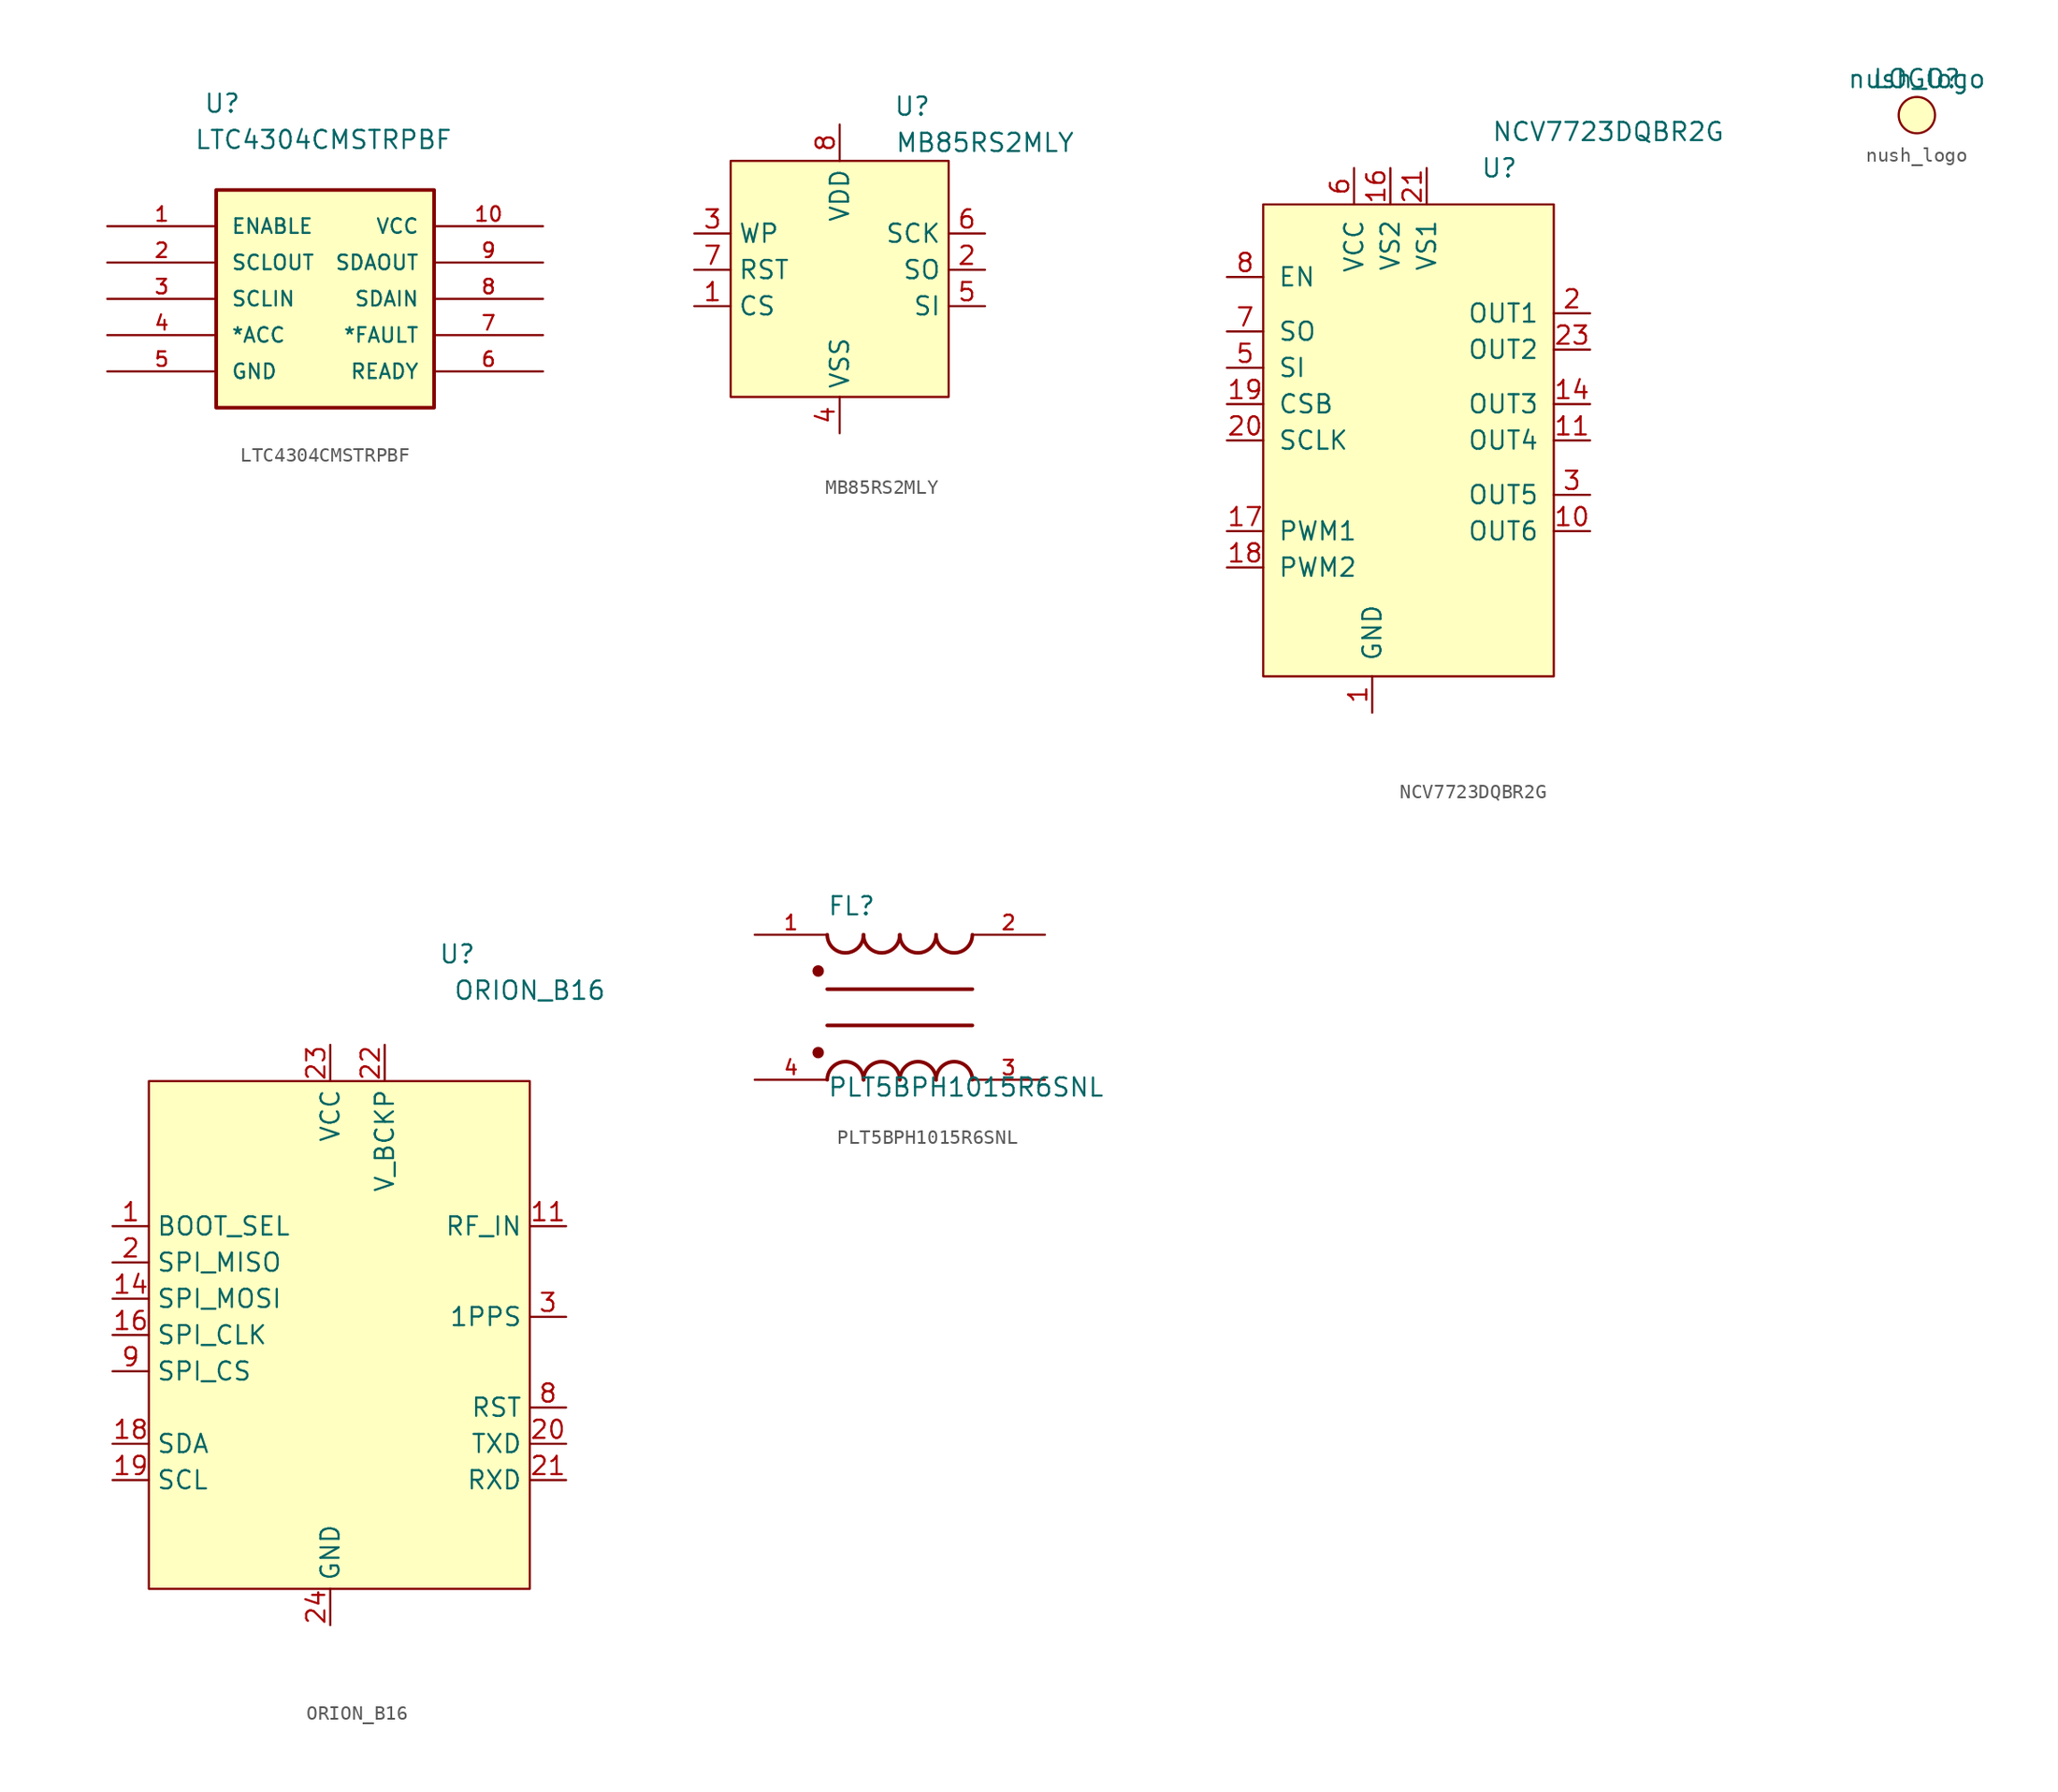
<source format=kicad_sym>
(kicad_symbol_lib
  (version 20211014)
  (generator kicad_symbol_editor)
  (symbol "LTC4304CMSTRPBF"
    (pin_names
      (offset 1.016))
    (property "Reference" "U"
      (at 30.861 9.119 0)
      (effects (font (size 1.27 1.27)) (justify left bottom)))
    (property "Value" "LTC4304CMSTRPBF"
      (at 30.201 6.579 0)
      (effects (font (size 1.27 1.27)) (justify left bottom)))
    (symbol "LTC4304CMSTRPBF_0_0"
      (pin passive line (at 24.13 1.27 0) (length 7.62) (name "ENABLE" (effects (font (size 1.016 1.016)))) (number "1" (effects (font (size 1.016 1.016)))))
      (pin power_in line (at 54.61 1.27 180) (length 7.62) (name "VCC" (effects (font (size 1.016 1.016)))) (number "10" (effects (font (size 1.016 1.016)))))
      (pin output line (at 24.13 -1.27 0) (length 7.62) (name "SCLOUT" (effects (font (size 1.016 1.016)))) (number "2" (effects (font (size 1.016 1.016)))))
      (pin input line (at 24.13 -3.81 0) (length 7.62) (name "SCLIN" (effects (font (size 1.016 1.016)))) (number "3" (effects (font (size 1.016 1.016)))))
      (pin passive line (at 24.13 -6.35 0) (length 7.62) (name "*ACC" (effects (font (size 1.016 1.016)))) (number "4" (effects (font (size 1.016 1.016)))))
      (pin power_in line (at 24.13 -8.89 0) (length 7.62) (name "GND" (effects (font (size 1.016 1.016)))) (number "5" (effects (font (size 1.016 1.016)))))
      (pin passive line (at 54.61 -8.89 180) (length 7.62) (name "READY" (effects (font (size 1.016 1.016)))) (number "6" (effects (font (size 1.016 1.016)))))
      (pin passive line (at 54.61 -6.35 180) (length 7.62) (name "*FAULT" (effects (font (size 1.016 1.016)))) (number "7" (effects (font (size 1.016 1.016)))))
      (pin input line (at 54.61 -3.81 180) (length 7.62) (name "SDAIN" (effects (font (size 1.016 1.016)))) (number "8" (effects (font (size 1.016 1.016)))))
      (pin output line (at 54.61 -1.27 180) (length 7.62) (name "SDAOUT" (effects (font (size 1.016 1.016)))) (number "9" (effects (font (size 1.016 1.016))))))
    (symbol "LTC4304CMSTRPBF_1_1"
      (rectangle (start 31.75 3.81) (end 46.99 -11.43) (stroke (width 0.254) (type default) (color 0 0 0 0)) (fill (type background)))))
  (symbol "MB85RS2MLY"
    (property "Reference" "U"
      (at 5.08 12.7 0)
      (effects (font (size 1.27 1.27))))
    (property "Value" "MB85RS2MLY"
      (at 10.16 10.16 0)
      (effects (font (size 1.27 1.27))))
    (symbol "MB85RS2MLY_0_0"
      (pin input line (at -10.16 -1.27 0) (length 2.54) (name "CS" (effects (font (size 1.27 1.27)))) (number "1" (effects (font (size 1.27 1.27)))))
      (pin output line (at 10.16 1.27 180) (length 2.54) (name "SO" (effects (font (size 1.27 1.27)))) (number "2" (effects (font (size 1.27 1.27)))))
      (pin input line (at -10.16 3.81 0) (length 2.54) (name "WP" (effects (font (size 1.27 1.27)))) (number "3" (effects (font (size 1.27 1.27)))))
      (pin power_in line (at 0 -10.16 90) (length 2.54) (name "VSS" (effects (font (size 1.27 1.27)))) (number "4" (effects (font (size 1.27 1.27)))))
      (pin input line (at 10.16 -1.27 180) (length 2.54) (name "SI" (effects (font (size 1.27 1.27)))) (number "5" (effects (font (size 1.27 1.27)))))
      (pin input line (at 10.16 3.81 180) (length 2.54) (name "SCK" (effects (font (size 1.27 1.27)))) (number "6" (effects (font (size 1.27 1.27)))))
      (pin input line (at -10.16 1.27 0) (length 2.54) (name "RST" (effects (font (size 1.27 1.27)))) (number "7" (effects (font (size 1.27 1.27)))))
      (pin power_in line (at 0 11.43 270) (length 2.54) (name "VDD" (effects (font (size 1.27 1.27)))) (number "8" (effects (font (size 1.27 1.27))))))
    (symbol "MB85RS2MLY_0_1"
      (rectangle (start -7.62 8.89) (end 7.62 -7.62) (stroke (width 0.152) (type default) (color 0 0 0 0)) (fill (type background)))))
  (symbol "NCV7723DQBR2G"
    (pin_names
      (offset 1.016))
    (property "Reference" "U"
      (at 6.35 11.43 0)
      (effects (font (size 1.27 1.27))))
    (property "Value" "NCV7723DQBR2G"
      (at 13.97 13.97 0)
      (effects (font (size 1.27 1.27))))
    (symbol "NCV7723DQBR2G_0_0"
      (pin power_in line (at -2.54 -26.67 90) (length 2.54) (name "GND" (effects (font (size 1.27 1.27)))) (number "1" (effects (font (size 1.27 1.27)))))
      (pin output line (at 12.7 -13.97 180) (length 2.54) (name "OUT6" (effects (font (size 1.27 1.27)))) (number "10" (effects (font (size 1.27 1.27)))))
      (pin output line (at 12.7 -7.62 180) (length 2.54) (name "OUT4" (effects (font (size 1.27 1.27)))) (number "11" (effects (font (size 1.27 1.27)))))
      (pin power_in line (at -2.54 -26.67 90) (length 2.54) hide (name "GND" (effects (font (size 1.27 1.27)))) (number "12" (effects (font (size 1.27 1.27)))))
      (pin power_in line (at -2.54 -26.67 90) (length 2.54) hide (name "GND" (effects (font (size 1.27 1.27)))) (number "13" (effects (font (size 1.27 1.27)))))
      (pin output line (at 12.7 -5.08 180) (length 2.54) (name "OUT3" (effects (font (size 1.27 1.27)))) (number "14" (effects (font (size 1.27 1.27)))))
      (pin no_connect line (at -12.7 -19.05 0) (length 2.54) hide (name "NC" (effects (font (size 1.27 1.27)))) (number "15" (effects (font (size 1.27 1.27)))))
      (pin power_in line (at -1.27 11.43 270) (length 2.54) (name "VS2" (effects (font (size 1.27 1.27)))) (number "16" (effects (font (size 1.27 1.27)))))
      (pin input line (at -12.7 -13.97 0) (length 2.54) (name "PWM1" (effects (font (size 1.27 1.27)))) (number "17" (effects (font (size 1.27 1.27)))))
      (pin input line (at -12.7 -16.51 0) (length 2.54) (name "PWM2" (effects (font (size 1.27 1.27)))) (number "18" (effects (font (size 1.27 1.27)))))
      (pin input line (at -12.7 -5.08 0) (length 2.54) (name "CSB" (effects (font (size 1.27 1.27)))) (number "19" (effects (font (size 1.27 1.27)))))
      (pin output line (at 12.7 1.27 180) (length 2.54) (name "OUT1" (effects (font (size 1.27 1.27)))) (number "2" (effects (font (size 1.27 1.27)))))
      (pin input line (at -12.7 -7.62 0) (length 2.54) (name "SCLK" (effects (font (size 1.27 1.27)))) (number "20" (effects (font (size 1.27 1.27)))))
      (pin power_in line (at 1.27 11.43 270) (length 2.54) (name "VS1" (effects (font (size 1.27 1.27)))) (number "21" (effects (font (size 1.27 1.27)))))
      (pin no_connect line (at -12.7 -20.32 0) (length 2.54) hide (name "NC" (effects (font (size 1.27 1.27)))) (number "22" (effects (font (size 1.27 1.27)))))
      (pin output line (at 12.7 -1.27 180) (length 2.54) (name "OUT2" (effects (font (size 1.27 1.27)))) (number "23" (effects (font (size 1.27 1.27)))))
      (pin power_in line (at -2.54 -26.67 90) (length 2.54) hide (name "GND" (effects (font (size 1.27 1.27)))) (number "24" (effects (font (size 1.27 1.27)))))
      (pin output line (at 12.7 -11.43 180) (length 2.54) (name "OUT5" (effects (font (size 1.27 1.27)))) (number "3" (effects (font (size 1.27 1.27)))))
      (pin no_connect line (at -12.7 -21.59 0) (length 2.54) hide (name "NC" (effects (font (size 1.27 1.27)))) (number "4" (effects (font (size 1.27 1.27)))))
      (pin input line (at -12.7 -2.54 0) (length 2.54) (name "SI" (effects (font (size 1.27 1.27)))) (number "5" (effects (font (size 1.27 1.27)))))
      (pin power_in line (at -3.81 11.43 270) (length 2.54) (name "VCC" (effects (font (size 1.27 1.27)))) (number "6" (effects (font (size 1.27 1.27)))))
      (pin output line (at -12.7 0 0) (length 2.54) (name "SO" (effects (font (size 1.27 1.27)))) (number "7" (effects (font (size 1.27 1.27)))))
      (pin input line (at -12.7 3.81 0) (length 2.54) (name "EN" (effects (font (size 1.27 1.27)))) (number "8" (effects (font (size 1.27 1.27)))))
      (pin no_connect line (at -12.7 -22.86 0) (length 2.54) hide (name "NC" (effects (font (size 1.27 1.27)))) (number "9" (effects (font (size 1.27 1.27)))))
      (pin power_in line (at -2.54 -26.67 90) (length 2.54) hide (name "GND" (effects (font (size 1.27 1.27)))) (number "EPAD" (effects (font (size 1.27 1.27))))))
    (symbol "NCV7723DQBR2G_0_1"
      (rectangle (start -10.16 8.89) (end 10.16 -24.13) (stroke (width 0) (type default) (color 0 0 0 0)) (fill (type background)))))
  (symbol "nush_logo"
    (property "Reference" "LOGO"
      (at 0 0 0)
      (effects (font (size 1.27 1.27))))
    (property "Value" "nush_logo"
      (at 0 0 0)
      (effects (font (size 1.27 1.27))))
    (symbol "nush_logo_0_1"
      (circle (center 0 -2.54) (radius 1.27) (stroke (width 0.152) (type default) (color 0 0 0 0)) (fill (type background)))))
  (symbol "ORION_B16"
    (property "Reference" "U"
      (at 8.89 20.32 0)
      (effects (font (size 1.27 1.27))))
    (property "Value" "ORION_B16"
      (at 13.97 17.78 0)
      (effects (font (size 1.27 1.27))))
    (symbol "ORION_B16_0_0"
      (pin input line (at -15.24 1.27 0) (length 2.54) (name "BOOT_SEL" (effects (font (size 1.27 1.27)))) (number "1" (effects (font (size 1.27 1.27)))))
      (pin output line (at 0 -26.67 90) (length 2.54) hide (name "GND" (effects (font (size 1.27 1.27)))) (number "10" (effects (font (size 1.27 1.27)))))
      (pin output line (at 16.51 1.27 180) (length 2.54) (name "RF_IN" (effects (font (size 1.27 1.27)))) (number "11" (effects (font (size 1.27 1.27)))))
      (pin output line (at 0 -26.67 90) (length 2.54) hide (name "GND" (effects (font (size 1.27 1.27)))) (number "12" (effects (font (size 1.27 1.27)))))
      (pin output line (at 0 -26.67 90) (length 2.54) hide (name "GND" (effects (font (size 1.27 1.27)))) (number "13" (effects (font (size 1.27 1.27)))))
      (pin output line (at -15.24 -3.81 0) (length 2.54) (name "SPI_MOSI" (effects (font (size 1.27 1.27)))) (number "14" (effects (font (size 1.27 1.27)))))
      (pin output line (at -15.24 -20.32 0) (length 2.54) hide (name "NC" (effects (font (size 1.27 1.27)))) (number "15" (effects (font (size 1.27 1.27)))))
      (pin output line (at -15.24 -6.35 0) (length 2.54) (name "SPI_CLK" (effects (font (size 1.27 1.27)))) (number "16" (effects (font (size 1.27 1.27)))))
      (pin output line (at -15.24 -21.59 0) (length 2.54) hide (name "NC" (effects (font (size 1.27 1.27)))) (number "17" (effects (font (size 1.27 1.27)))))
      (pin output line (at -15.24 -13.97 0) (length 2.54) (name "SDA" (effects (font (size 1.27 1.27)))) (number "18" (effects (font (size 1.27 1.27)))))
      (pin output line (at -15.24 -16.51 0) (length 2.54) (name "SCL" (effects (font (size 1.27 1.27)))) (number "19" (effects (font (size 1.27 1.27)))))
      (pin input line (at -15.24 -1.27 0) (length 2.54) (name "SPI_MISO" (effects (font (size 1.27 1.27)))) (number "2" (effects (font (size 1.27 1.27)))))
      (pin output line (at 16.51 -13.97 180) (length 2.54) (name "TXD" (effects (font (size 1.27 1.27)))) (number "20" (effects (font (size 1.27 1.27)))))
      (pin output line (at 16.51 -16.51 180) (length 2.54) (name "RXD" (effects (font (size 1.27 1.27)))) (number "21" (effects (font (size 1.27 1.27)))))
      (pin output line (at 3.81 13.97 270) (length 2.54) (name "V_BCKP" (effects (font (size 1.27 1.27)))) (number "22" (effects (font (size 1.27 1.27)))))
      (pin output line (at 0 13.97 270) (length 2.54) (name "VCC" (effects (font (size 1.27 1.27)))) (number "23" (effects (font (size 1.27 1.27)))))
      (pin output line (at 0 -26.67 90) (length 2.54) (name "GND" (effects (font (size 1.27 1.27)))) (number "24" (effects (font (size 1.27 1.27)))))
      (pin output line (at 16.51 -5.08 180) (length 2.54) (name "1PPS" (effects (font (size 1.27 1.27)))) (number "3" (effects (font (size 1.27 1.27)))))
      (pin output line (at -15.24 -22.86 0) (length 2.54) hide (name "NC" (effects (font (size 1.27 1.27)))) (number "4" (effects (font (size 1.27 1.27)))))
      (pin output line (at -15.24 -24.13 0) (length 2.54) hide (name "NC" (effects (font (size 1.27 1.27)))) (number "5" (effects (font (size 1.27 1.27)))))
      (pin output line (at -15.24 -17.78 0) (length 2.54) hide (name "NC" (effects (font (size 1.27 1.27)))) (number "6" (effects (font (size 1.27 1.27)))))
      (pin output line (at -15.24 -19.05 0) (length 2.54) hide (name "NC" (effects (font (size 1.27 1.27)))) (number "7" (effects (font (size 1.27 1.27)))))
      (pin output line (at 16.51 -11.43 180) (length 2.54) (name "RST" (effects (font (size 1.27 1.27)))) (number "8" (effects (font (size 1.27 1.27)))))
      (pin output line (at -15.24 -8.89 0) (length 2.54) (name "SPI_CS" (effects (font (size 1.27 1.27)))) (number "9" (effects (font (size 1.27 1.27))))))
    (symbol "ORION_B16_0_1"
      (rectangle (start -12.7 11.43) (end 13.97 -24.13) (stroke (width 0.152) (type default) (color 0 0 0 0)) (fill (type background)))))
  (symbol "PLT5BPH1015R6SNL"
    (pin_names
      (offset 1.016) hide)
    (property "Reference" "FL"
      (at -5.08 6.35 0)
      (effects (font (size 1.27 1.27)) (justify left bottom)))
    (property "Value" "PLT5BPH1015R6SNL"
      (at -5.08 -6.35 0)
      (effects (font (size 1.27 1.27)) (justify left bottom)))
    (property "ki_locked" ""
      (at 0 0 0)
      (effects (font (size 1.27 1.27))))
    (symbol "PLT5BPH1015R6SNL_0_0"
      (circle (center -5.715 -3.175) (radius 0.203) (stroke (width 0.406) (type default) (color 0 0 0 0)) (fill (type none)))
      (circle (center -5.715 2.54) (radius 0.203) (stroke (width 0.406) (type default) (color 0 0 0 0)) (fill (type none)))
      (arc (start -5.08 5.08) (mid -3.81 3.81) (end -2.54 5.08) (stroke (width 0.254) (type default) (color 0 0 0 0)) (fill (type none)))
      (arc (start -2.54 -5.08) (mid -3.81 -3.81) (end -5.08 -5.08) (stroke (width 0.254) (type default) (color 0 0 0 0)) (fill (type none)))
      (arc (start -2.54 5.08) (mid -1.27 3.81) (end 0 5.08) (stroke (width 0.254) (type default) (color 0 0 0 0)) (fill (type none)))
      (arc (start 0 -5.08) (mid -1.27 -3.81) (end -2.54 -5.08) (stroke (width 0.254) (type default) (color 0 0 0 0)) (fill (type none)))
      (polyline (pts (xy -5.08 -1.27) (xy 5.08 -1.27)) (stroke (width 0.254) (type default) (color 0 0 0 0)) (fill (type none)))
      (polyline (pts (xy 5.08 1.27) (xy -5.08 1.27)) (stroke (width 0.254) (type default) (color 0 0 0 0)) (fill (type none)))
      (arc (start 0 5.08) (mid 1.27 3.81) (end 2.54 5.08) (stroke (width 0.254) (type default) (color 0 0 0 0)) (fill (type none)))
      (arc (start 2.54 -5.08) (mid 1.27 -3.81) (end 0 -5.08) (stroke (width 0.254) (type default) (color 0 0 0 0)) (fill (type none)))
      (arc (start 2.54 5.08) (mid 3.81 3.81) (end 5.08 5.08) (stroke (width 0.254) (type default) (color 0 0 0 0)) (fill (type none)))
      (arc (start 5.08 -5.08) (mid 3.81 -3.81) (end 2.54 -5.08) (stroke (width 0.254) (type default) (color 0 0 0 0)) (fill (type none)))
      (pin passive line (at -10.16 5.08 0) (length 5.08) (name "~" (effects (font (size 1.016 1.016)))) (number "1" (effects (font (size 1.016 1.016)))))
      (pin passive line (at 10.16 5.08 180) (length 5.08) (name "~" (effects (font (size 1.016 1.016)))) (number "2" (effects (font (size 1.016 1.016)))))
      (pin passive line (at 10.16 -5.08 180) (length 5.08) (name "~" (effects (font (size 1.016 1.016)))) (number "3" (effects (font (size 1.016 1.016)))))
      (pin passive line (at -10.16 -5.08 0) (length 5.08) (name "~" (effects (font (size 1.016 1.016)))) (number "4" (effects (font (size 1.016 1.016))))))))
</source>
